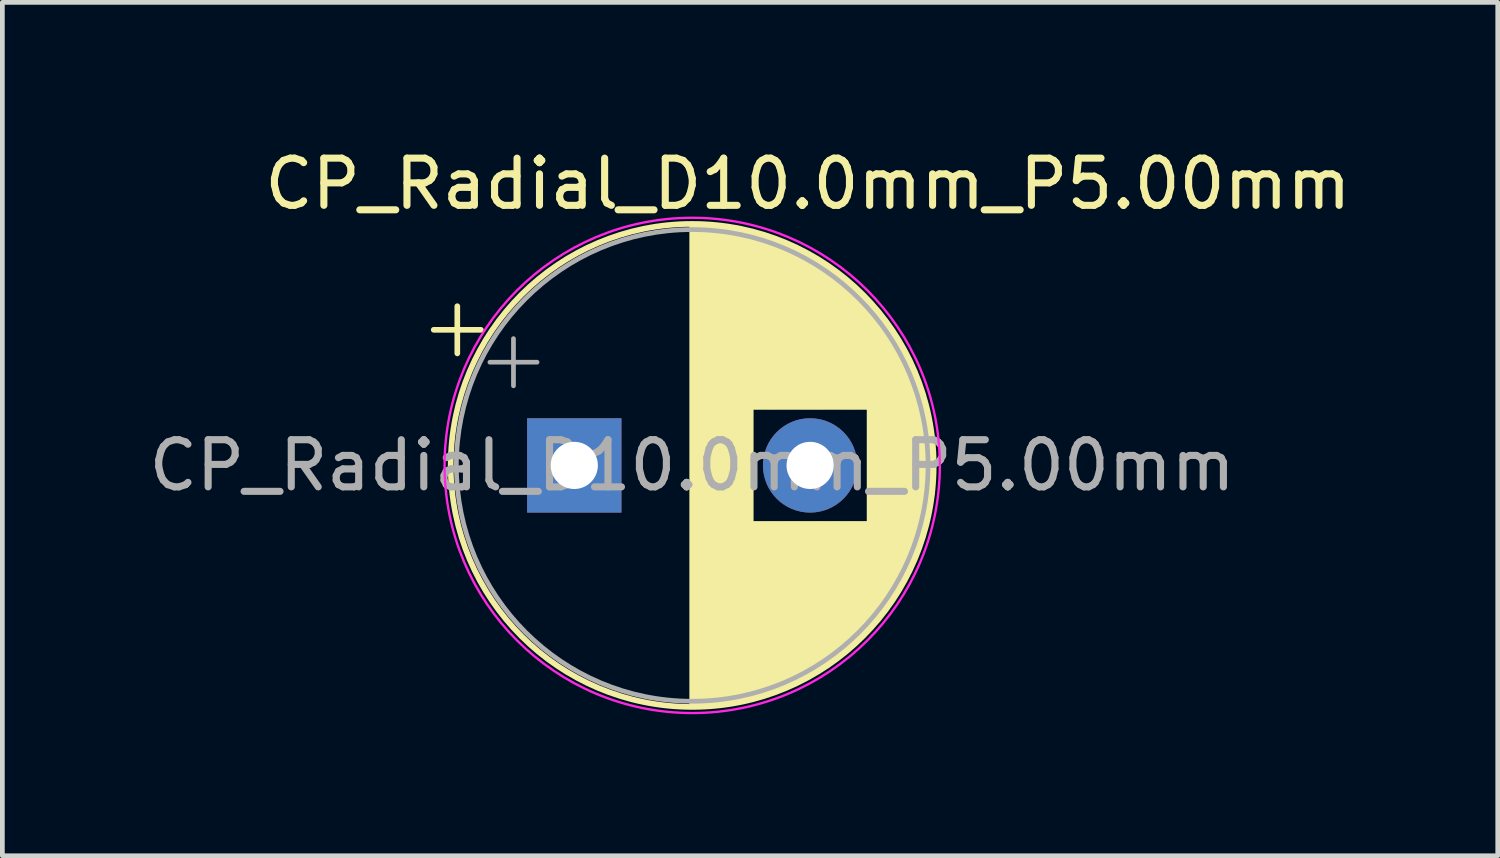
<source format=kicad_pcb>
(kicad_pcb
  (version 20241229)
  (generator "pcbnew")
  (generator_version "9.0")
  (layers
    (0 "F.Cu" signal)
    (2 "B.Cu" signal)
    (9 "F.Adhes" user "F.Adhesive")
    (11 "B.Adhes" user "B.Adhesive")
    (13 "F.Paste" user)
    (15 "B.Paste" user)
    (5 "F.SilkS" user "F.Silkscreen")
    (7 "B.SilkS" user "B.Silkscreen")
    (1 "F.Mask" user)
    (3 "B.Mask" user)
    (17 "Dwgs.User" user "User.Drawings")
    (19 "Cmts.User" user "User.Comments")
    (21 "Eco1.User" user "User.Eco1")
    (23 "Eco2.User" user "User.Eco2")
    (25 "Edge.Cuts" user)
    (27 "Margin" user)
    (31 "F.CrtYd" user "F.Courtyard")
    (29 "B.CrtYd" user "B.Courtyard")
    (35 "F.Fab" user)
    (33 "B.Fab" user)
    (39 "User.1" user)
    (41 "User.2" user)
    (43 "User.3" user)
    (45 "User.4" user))
  (footprint "CP_Radial_D10.0mm_P5.00mm"
    (layer "F.Cu")
    (at 9.125 6.817)
    (property "Reference" "CP_Radial_D10.0mm_P5.00mm" (at 4.953 -5.969 0) (layer "F.SilkS") (effects (font (size 1 1) (thickness 0.15))))
    (attr through_hole)
    (fp_line (start -2.98 -2.875) (end -1.98 -2.875) (stroke (width 0.12) (type solid)) (layer "F.SilkS"))
    (fp_line (start -2.48 -3.375) (end -2.48 -2.375) (stroke (width 0.12) (type solid)) (layer "F.SilkS"))
    (fp_line (start 2.5 -5.08) (end 2.5 5.08) (stroke (width 0.12) (type solid)) (layer "F.SilkS"))
    (fp_line (start 2.54 -5.08) (end 2.54 5.08) (stroke (width 0.12) (type solid)) (layer "F.SilkS"))
    (fp_line (start 2.58 -5.08) (end 2.58 5.08) (stroke (width 0.12) (type solid)) (layer "F.SilkS"))
    (fp_line (start 2.62 -5.079) (end 2.62 5.079) (stroke (width 0.12) (type solid)) (layer "F.SilkS"))
    (fp_line (start 2.66 -5.078) (end 2.66 5.078) (stroke (width 0.12) (type solid)) (layer "F.SilkS"))
    (fp_line (start 2.7 -5.077) (end 2.7 5.077) (stroke (width 0.12) (type solid)) (layer "F.SilkS"))
    (fp_line (start 2.74 -5.075) (end 2.74 5.075) (stroke (width 0.12) (type solid)) (layer "F.SilkS"))
    (fp_line (start 2.78 -5.073) (end 2.78 5.073) (stroke (width 0.12) (type solid)) (layer "F.SilkS"))
    (fp_line (start 2.82 -5.07) (end 2.82 5.07) (stroke (width 0.12) (type solid)) (layer "F.SilkS"))
    (fp_line (start 2.86 -5.068) (end 2.86 5.068) (stroke (width 0.12) (type solid)) (layer "F.SilkS"))
    (fp_line (start 2.9 -5.065) (end 2.9 5.065) (stroke (width 0.12) (type solid)) (layer "F.SilkS"))
    (fp_line (start 2.94 -5.062) (end 2.94 5.062) (stroke (width 0.12) (type solid)) (layer "F.SilkS"))
    (fp_line (start 2.98 -5.058) (end 2.98 5.058) (stroke (width 0.12) (type solid)) (layer "F.SilkS"))
    (fp_line (start 3.02 -5.054) (end 3.02 5.054) (stroke (width 0.12) (type solid)) (layer "F.SilkS"))
    (fp_line (start 3.06 -5.05) (end 3.06 5.05) (stroke (width 0.12) (type solid)) (layer "F.SilkS"))
    (fp_line (start 3.1 -5.045) (end 3.1 5.045) (stroke (width 0.12) (type solid)) (layer "F.SilkS"))
    (fp_line (start 3.14 -5.04) (end 3.14 5.04) (stroke (width 0.12) (type solid)) (layer "F.SilkS"))
    (fp_line (start 3.18 -5.035) (end 3.18 5.035) (stroke (width 0.12) (type solid)) (layer "F.SilkS"))
    (fp_line (start 3.221 -5.03) (end 3.221 5.03) (stroke (width 0.12) (type solid)) (layer "F.SilkS"))
    (fp_line (start 3.261 -5.024) (end 3.261 5.024) (stroke (width 0.12) (type solid)) (layer "F.SilkS"))
    (fp_line (start 3.301 -5.018) (end 3.301 5.018) (stroke (width 0.12) (type solid)) (layer "F.SilkS"))
    (fp_line (start 3.341 -5.011) (end 3.341 5.011) (stroke (width 0.12) (type solid)) (layer "F.SilkS"))
    (fp_line (start 3.381 -5.004) (end 3.381 5.004) (stroke (width 0.12) (type solid)) (layer "F.SilkS"))
    (fp_line (start 3.421 -4.997) (end 3.421 4.997) (stroke (width 0.12) (type solid)) (layer "F.SilkS"))
    (fp_line (start 3.461 -4.99) (end 3.461 4.99) (stroke (width 0.12) (type solid)) (layer "F.SilkS"))
    (fp_line (start 3.501 -4.982) (end 3.501 4.982) (stroke (width 0.12) (type solid)) (layer "F.SilkS"))
    (fp_line (start 3.541 -4.974) (end 3.541 4.974) (stroke (width 0.12) (type solid)) (layer "F.SilkS"))
    (fp_line (start 3.581 -4.965) (end 3.581 4.965) (stroke (width 0.12) (type solid)) (layer "F.SilkS"))
    (fp_line (start 3.621 -4.956) (end 3.621 4.956) (stroke (width 0.12) (type solid)) (layer "F.SilkS"))
    (fp_line (start 3.661 -4.947) (end 3.661 4.947) (stroke (width 0.12) (type solid)) (layer "F.SilkS"))
    (fp_line (start 3.701 -4.938) (end 3.701 4.938) (stroke (width 0.12) (type solid)) (layer "F.SilkS"))
    (fp_line (start 3.741 -4.928) (end 3.741 4.928) (stroke (width 0.12) (type solid)) (layer "F.SilkS"))
    (fp_line (start 3.781 -4.918) (end 3.781 -1.241) (stroke (width 0.12) (type solid)) (layer "F.SilkS"))
    (fp_line (start 3.781 1.241) (end 3.781 4.918) (stroke (width 0.12) (type solid)) (layer "F.SilkS"))
    (fp_line (start 3.821 -4.907) (end 3.821 -1.241) (stroke (width 0.12) (type solid)) (layer "F.SilkS"))
    (fp_line (start 3.821 1.241) (end 3.821 4.907) (stroke (width 0.12) (type solid)) (layer "F.SilkS"))
    (fp_line (start 3.861 -4.897) (end 3.861 -1.241) (stroke (width 0.12) (type solid)) (layer "F.SilkS"))
    (fp_line (start 3.861 1.241) (end 3.861 4.897) (stroke (width 0.12) (type solid)) (layer "F.SilkS"))
    (fp_line (start 3.901 -4.885) (end 3.901 -1.241) (stroke (width 0.12) (type solid)) (layer "F.SilkS"))
    (fp_line (start 3.901 1.241) (end 3.901 4.885) (stroke (width 0.12) (type solid)) (layer "F.SilkS"))
    (fp_line (start 3.941 -4.874) (end 3.941 -1.241) (stroke (width 0.12) (type solid)) (layer "F.SilkS"))
    (fp_line (start 3.941 1.241) (end 3.941 4.874) (stroke (width 0.12) (type solid)) (layer "F.SilkS"))
    (fp_line (start 3.981 -4.862) (end 3.981 -1.241) (stroke (width 0.12) (type solid)) (layer "F.SilkS"))
    (fp_line (start 3.981 1.241) (end 3.981 4.862) (stroke (width 0.12) (type solid)) (layer "F.SilkS"))
    (fp_line (start 4.021 -4.85) (end 4.021 -1.241) (stroke (width 0.12) (type solid)) (layer "F.SilkS"))
    (fp_line (start 4.021 1.241) (end 4.021 4.85) (stroke (width 0.12) (type solid)) (layer "F.SilkS"))
    (fp_line (start 4.061 -4.837) (end 4.061 -1.241) (stroke (width 0.12) (type solid)) (layer "F.SilkS"))
    (fp_line (start 4.061 1.241) (end 4.061 4.837) (stroke (width 0.12) (type solid)) (layer "F.SilkS"))
    (fp_line (start 4.101 -4.824) (end 4.101 -1.241) (stroke (width 0.12) (type solid)) (layer "F.SilkS"))
    (fp_line (start 4.101 1.241) (end 4.101 4.824) (stroke (width 0.12) (type solid)) (layer "F.SilkS"))
    (fp_line (start 4.141 -4.811) (end 4.141 -1.241) (stroke (width 0.12) (type solid)) (layer "F.SilkS"))
    (fp_line (start 4.141 1.241) (end 4.141 4.811) (stroke (width 0.12) (type solid)) (layer "F.SilkS"))
    (fp_line (start 4.181 -4.797) (end 4.181 -1.241) (stroke (width 0.12) (type solid)) (layer "F.SilkS"))
    (fp_line (start 4.181 1.241) (end 4.181 4.797) (stroke (width 0.12) (type solid)) (layer "F.SilkS"))
    (fp_line (start 4.221 -4.783) (end 4.221 -1.241) (stroke (width 0.12) (type solid)) (layer "F.SilkS"))
    (fp_line (start 4.221 1.241) (end 4.221 4.783) (stroke (width 0.12) (type solid)) (layer "F.SilkS"))
    (fp_line (start 4.261 -4.768) (end 4.261 -1.241) (stroke (width 0.12) (type solid)) (layer "F.SilkS"))
    (fp_line (start 4.261 1.241) (end 4.261 4.768) (stroke (width 0.12) (type solid)) (layer "F.SilkS"))
    (fp_line (start 4.301 -4.754) (end 4.301 -1.241) (stroke (width 0.12) (type solid)) (layer "F.SilkS"))
    (fp_line (start 4.301 1.241) (end 4.301 4.754) (stroke (width 0.12) (type solid)) (layer "F.SilkS"))
    (fp_line (start 4.341 -4.738) (end 4.341 -1.241) (stroke (width 0.12) (type solid)) (layer "F.SilkS"))
    (fp_line (start 4.341 1.241) (end 4.341 4.738) (stroke (width 0.12) (type solid)) (layer "F.SilkS"))
    (fp_line (start 4.381 -4.723) (end 4.381 -1.241) (stroke (width 0.12) (type solid)) (layer "F.SilkS"))
    (fp_line (start 4.381 1.241) (end 4.381 4.723) (stroke (width 0.12) (type solid)) (layer "F.SilkS"))
    (fp_line (start 4.421 -4.707) (end 4.421 -1.241) (stroke (width 0.12) (type solid)) (layer "F.SilkS"))
    (fp_line (start 4.421 1.241) (end 4.421 4.707) (stroke (width 0.12) (type solid)) (layer "F.SilkS"))
    (fp_line (start 4.461 -4.69) (end 4.461 -1.241) (stroke (width 0.12) (type solid)) (layer "F.SilkS"))
    (fp_line (start 4.461 1.241) (end 4.461 4.69) (stroke (width 0.12) (type solid)) (layer "F.SilkS"))
    (fp_line (start 4.501 -4.674) (end 4.501 -1.241) (stroke (width 0.12) (type solid)) (layer "F.SilkS"))
    (fp_line (start 4.501 1.241) (end 4.501 4.674) (stroke (width 0.12) (type solid)) (layer "F.SilkS"))
    (fp_line (start 4.541 -4.657) (end 4.541 -1.241) (stroke (width 0.12) (type solid)) (layer "F.SilkS"))
    (fp_line (start 4.541 1.241) (end 4.541 4.657) (stroke (width 0.12) (type solid)) (layer "F.SilkS"))
    (fp_line (start 4.581 -4.639) (end 4.581 -1.241) (stroke (width 0.12) (type solid)) (layer "F.SilkS"))
    (fp_line (start 4.581 1.241) (end 4.581 4.639) (stroke (width 0.12) (type solid)) (layer "F.SilkS"))
    (fp_line (start 4.621 -4.621) (end 4.621 -1.241) (stroke (width 0.12) (type solid)) (layer "F.SilkS"))
    (fp_line (start 4.621 1.241) (end 4.621 4.621) (stroke (width 0.12) (type solid)) (layer "F.SilkS"))
    (fp_line (start 4.661 -4.603) (end 4.661 -1.241) (stroke (width 0.12) (type solid)) (layer "F.SilkS"))
    (fp_line (start 4.661 1.241) (end 4.661 4.603) (stroke (width 0.12) (type solid)) (layer "F.SilkS"))
    (fp_line (start 4.701 -4.584) (end 4.701 -1.241) (stroke (width 0.12) (type solid)) (layer "F.SilkS"))
    (fp_line (start 4.701 1.241) (end 4.701 4.584) (stroke (width 0.12) (type solid)) (layer "F.SilkS"))
    (fp_line (start 4.741 -4.564) (end 4.741 -1.241) (stroke (width 0.12) (type solid)) (layer "F.SilkS"))
    (fp_line (start 4.741 1.241) (end 4.741 4.564) (stroke (width 0.12) (type solid)) (layer "F.SilkS"))
    (fp_line (start 4.781 -4.545) (end 4.781 -1.241) (stroke (width 0.12) (type solid)) (layer "F.SilkS"))
    (fp_line (start 4.781 1.241) (end 4.781 4.545) (stroke (width 0.12) (type solid)) (layer "F.SilkS"))
    (fp_line (start 4.821 -4.525) (end 4.821 -1.241) (stroke (width 0.12) (type solid)) (layer "F.SilkS"))
    (fp_line (start 4.821 1.241) (end 4.821 4.525) (stroke (width 0.12) (type solid)) (layer "F.SilkS"))
    (fp_line (start 4.861 -4.504) (end 4.861 -1.241) (stroke (width 0.12) (type solid)) (layer "F.SilkS"))
    (fp_line (start 4.861 1.241) (end 4.861 4.504) (stroke (width 0.12) (type solid)) (layer "F.SilkS"))
    (fp_line (start 4.901 -4.483) (end 4.901 -1.241) (stroke (width 0.12) (type solid)) (layer "F.SilkS"))
    (fp_line (start 4.901 1.241) (end 4.901 4.483) (stroke (width 0.12) (type solid)) (layer "F.SilkS"))
    (fp_line (start 4.941 -4.462) (end 4.941 -1.241) (stroke (width 0.12) (type solid)) (layer "F.SilkS"))
    (fp_line (start 4.941 1.241) (end 4.941 4.462) (stroke (width 0.12) (type solid)) (layer "F.SilkS"))
    (fp_line (start 4.981 -4.44) (end 4.981 -1.241) (stroke (width 0.12) (type solid)) (layer "F.SilkS"))
    (fp_line (start 4.981 1.241) (end 4.981 4.44) (stroke (width 0.12) (type solid)) (layer "F.SilkS"))
    (fp_line (start 5.021 -4.417) (end 5.021 -1.241) (stroke (width 0.12) (type solid)) (layer "F.SilkS"))
    (fp_line (start 5.021 1.241) (end 5.021 4.417) (stroke (width 0.12) (type solid)) (layer "F.SilkS"))
    (fp_line (start 5.061 -4.395) (end 5.061 -1.241) (stroke (width 0.12) (type solid)) (layer "F.SilkS"))
    (fp_line (start 5.061 1.241) (end 5.061 4.395) (stroke (width 0.12) (type solid)) (layer "F.SilkS"))
    (fp_line (start 5.101 -4.371) (end 5.101 -1.241) (stroke (width 0.12) (type solid)) (layer "F.SilkS"))
    (fp_line (start 5.101 1.241) (end 5.101 4.371) (stroke (width 0.12) (type solid)) (layer "F.SilkS"))
    (fp_line (start 5.141 -4.347) (end 5.141 -1.241) (stroke (width 0.12) (type solid)) (layer "F.SilkS"))
    (fp_line (start 5.141 1.241) (end 5.141 4.347) (stroke (width 0.12) (type solid)) (layer "F.SilkS"))
    (fp_line (start 5.181 -4.323) (end 5.181 -1.241) (stroke (width 0.12) (type solid)) (layer "F.SilkS"))
    (fp_line (start 5.181 1.241) (end 5.181 4.323) (stroke (width 0.12) (type solid)) (layer "F.SilkS"))
    (fp_line (start 5.221 -4.298) (end 5.221 -1.241) (stroke (width 0.12) (type solid)) (layer "F.SilkS"))
    (fp_line (start 5.221 1.241) (end 5.221 4.298) (stroke (width 0.12) (type solid)) (layer "F.SilkS"))
    (fp_line (start 5.261 -4.273) (end 5.261 -1.241) (stroke (width 0.12) (type solid)) (layer "F.SilkS"))
    (fp_line (start 5.261 1.241) (end 5.261 4.273) (stroke (width 0.12) (type solid)) (layer "F.SilkS"))
    (fp_line (start 5.301 -4.247) (end 5.301 -1.241) (stroke (width 0.12) (type solid)) (layer "F.SilkS"))
    (fp_line (start 5.301 1.241) (end 5.301 4.247) (stroke (width 0.12) (type solid)) (layer "F.SilkS"))
    (fp_line (start 5.341 -4.221) (end 5.341 -1.241) (stroke (width 0.12) (type solid)) (layer "F.SilkS"))
    (fp_line (start 5.341 1.241) (end 5.341 4.221) (stroke (width 0.12) (type solid)) (layer "F.SilkS"))
    (fp_line (start 5.381 -4.194) (end 5.381 -1.241) (stroke (width 0.12) (type solid)) (layer "F.SilkS"))
    (fp_line (start 5.381 1.241) (end 5.381 4.194) (stroke (width 0.12) (type solid)) (layer "F.SilkS"))
    (fp_line (start 5.421 -4.166) (end 5.421 -1.241) (stroke (width 0.12) (type solid)) (layer "F.SilkS"))
    (fp_line (start 5.421 1.241) (end 5.421 4.166) (stroke (width 0.12) (type solid)) (layer "F.SilkS"))
    (fp_line (start 5.461 -4.138) (end 5.461 -1.241) (stroke (width 0.12) (type solid)) (layer "F.SilkS"))
    (fp_line (start 5.461 1.241) (end 5.461 4.138) (stroke (width 0.12) (type solid)) (layer "F.SilkS"))
    (fp_line (start 5.501 -4.11) (end 5.501 -1.241) (stroke (width 0.12) (type solid)) (layer "F.SilkS"))
    (fp_line (start 5.501 1.241) (end 5.501 4.11) (stroke (width 0.12) (type solid)) (layer "F.SilkS"))
    (fp_line (start 5.541 -4.08) (end 5.541 -1.241) (stroke (width 0.12) (type solid)) (layer "F.SilkS"))
    (fp_line (start 5.541 1.241) (end 5.541 4.08) (stroke (width 0.12) (type solid)) (layer "F.SilkS"))
    (fp_line (start 5.581 -4.05) (end 5.581 -1.241) (stroke (width 0.12) (type solid)) (layer "F.SilkS"))
    (fp_line (start 5.581 1.241) (end 5.581 4.05) (stroke (width 0.12) (type solid)) (layer "F.SilkS"))
    (fp_line (start 5.621 -4.02) (end 5.621 -1.241) (stroke (width 0.12) (type solid)) (layer "F.SilkS"))
    (fp_line (start 5.621 1.241) (end 5.621 4.02) (stroke (width 0.12) (type solid)) (layer "F.SilkS"))
    (fp_line (start 5.661 -3.989) (end 5.661 -1.241) (stroke (width 0.12) (type solid)) (layer "F.SilkS"))
    (fp_line (start 5.661 1.241) (end 5.661 3.989) (stroke (width 0.12) (type solid)) (layer "F.SilkS"))
    (fp_line (start 5.701 -3.957) (end 5.701 -1.241) (stroke (width 0.12) (type solid)) (layer "F.SilkS"))
    (fp_line (start 5.701 1.241) (end 5.701 3.957) (stroke (width 0.12) (type solid)) (layer "F.SilkS"))
    (fp_line (start 5.741 -3.925) (end 5.741 -1.241) (stroke (width 0.12) (type solid)) (layer "F.SilkS"))
    (fp_line (start 5.741 1.241) (end 5.741 3.925) (stroke (width 0.12) (type solid)) (layer "F.SilkS"))
    (fp_line (start 5.781 -3.892) (end 5.781 -1.241) (stroke (width 0.12) (type solid)) (layer "F.SilkS"))
    (fp_line (start 5.781 1.241) (end 5.781 3.892) (stroke (width 0.12) (type solid)) (layer "F.SilkS"))
    (fp_line (start 5.821 -3.858) (end 5.821 -1.241) (stroke (width 0.12) (type solid)) (layer "F.SilkS"))
    (fp_line (start 5.821 1.241) (end 5.821 3.858) (stroke (width 0.12) (type solid)) (layer "F.SilkS"))
    (fp_line (start 5.861 -3.824) (end 5.861 -1.241) (stroke (width 0.12) (type solid)) (layer "F.SilkS"))
    (fp_line (start 5.861 1.241) (end 5.861 3.824) (stroke (width 0.12) (type solid)) (layer "F.SilkS"))
    (fp_line (start 5.901 -3.789) (end 5.901 -1.241) (stroke (width 0.12) (type solid)) (layer "F.SilkS"))
    (fp_line (start 5.901 1.241) (end 5.901 3.789) (stroke (width 0.12) (type solid)) (layer "F.SilkS"))
    (fp_line (start 5.941 -3.753) (end 5.941 -1.241) (stroke (width 0.12) (type solid)) (layer "F.SilkS"))
    (fp_line (start 5.941 1.241) (end 5.941 3.753) (stroke (width 0.12) (type solid)) (layer "F.SilkS"))
    (fp_line (start 5.981 -3.716) (end 5.981 -1.241) (stroke (width 0.12) (type solid)) (layer "F.SilkS"))
    (fp_line (start 5.981 1.241) (end 5.981 3.716) (stroke (width 0.12) (type solid)) (layer "F.SilkS"))
    (fp_line (start 6.021 -3.679) (end 6.021 -1.241) (stroke (width 0.12) (type solid)) (layer "F.SilkS"))
    (fp_line (start 6.021 1.241) (end 6.021 3.679) (stroke (width 0.12) (type solid)) (layer "F.SilkS"))
    (fp_line (start 6.061 -3.64) (end 6.061 -1.241) (stroke (width 0.12) (type solid)) (layer "F.SilkS"))
    (fp_line (start 6.061 1.241) (end 6.061 3.64) (stroke (width 0.12) (type solid)) (layer "F.SilkS"))
    (fp_line (start 6.101 -3.601) (end 6.101 -1.241) (stroke (width 0.12) (type solid)) (layer "F.SilkS"))
    (fp_line (start 6.101 1.241) (end 6.101 3.601) (stroke (width 0.12) (type solid)) (layer "F.SilkS"))
    (fp_line (start 6.141 -3.561) (end 6.141 -1.241) (stroke (width 0.12) (type solid)) (layer "F.SilkS"))
    (fp_line (start 6.141 1.241) (end 6.141 3.561) (stroke (width 0.12) (type solid)) (layer "F.SilkS"))
    (fp_line (start 6.181 -3.52) (end 6.181 -1.241) (stroke (width 0.12) (type solid)) (layer "F.SilkS"))
    (fp_line (start 6.181 1.241) (end 6.181 3.52) (stroke (width 0.12) (type solid)) (layer "F.SilkS"))
    (fp_line (start 6.221 -3.478) (end 6.221 -1.241) (stroke (width 0.12) (type solid)) (layer "F.SilkS"))
    (fp_line (start 6.221 1.241) (end 6.221 3.478) (stroke (width 0.12) (type solid)) (layer "F.SilkS"))
    (fp_line (start 6.261 -3.436) (end 6.261 3.436) (stroke (width 0.12) (type solid)) (layer "F.SilkS"))
    (fp_line (start 6.301 -3.392) (end 6.301 3.392) (stroke (width 0.12) (type solid)) (layer "F.SilkS"))
    (fp_line (start 6.341 -3.347) (end 6.341 3.347) (stroke (width 0.12) (type solid)) (layer "F.SilkS"))
    (fp_line (start 6.381 -3.301) (end 6.381 3.301) (stroke (width 0.12) (type solid)) (layer "F.SilkS"))
    (fp_line (start 6.421 -3.254) (end 6.421 3.254) (stroke (width 0.12) (type solid)) (layer "F.SilkS"))
    (fp_line (start 6.461 -3.206) (end 6.461 3.206) (stroke (width 0.12) (type solid)) (layer "F.SilkS"))
    (fp_line (start 6.501 -3.156) (end 6.501 3.156) (stroke (width 0.12) (type solid)) (layer "F.SilkS"))
    (fp_line (start 6.541 -3.106) (end 6.541 3.106) (stroke (width 0.12) (type solid)) (layer "F.SilkS"))
    (fp_line (start 6.581 -3.054) (end 6.581 3.054) (stroke (width 0.12) (type solid)) (layer "F.SilkS"))
    (fp_line (start 6.621 -3) (end 6.621 3) (stroke (width 0.12) (type solid)) (layer "F.SilkS"))
    (fp_line (start 6.661 -2.945) (end 6.661 2.945) (stroke (width 0.12) (type solid)) (layer "F.SilkS"))
    (fp_line (start 6.701 -2.889) (end 6.701 2.889) (stroke (width 0.12) (type solid)) (layer "F.SilkS"))
    (fp_line (start 6.741 -2.83) (end 6.741 2.83) (stroke (width 0.12) (type solid)) (layer "F.SilkS"))
    (fp_line (start 6.781 -2.77) (end 6.781 2.77) (stroke (width 0.12) (type solid)) (layer "F.SilkS"))
    (fp_line (start 6.821 -2.709) (end 6.821 2.709) (stroke (width 0.12) (type solid)) (layer "F.SilkS"))
    (fp_line (start 6.861 -2.645) (end 6.861 2.645) (stroke (width 0.12) (type solid)) (layer "F.SilkS"))
    (fp_line (start 6.901 -2.579) (end 6.901 2.579) (stroke (width 0.12) (type solid)) (layer "F.SilkS"))
    (fp_line (start 6.941 -2.51) (end 6.941 2.51) (stroke (width 0.12) (type solid)) (layer "F.SilkS"))
    (fp_line (start 6.981 -2.439) (end 6.981 2.439) (stroke (width 0.12) (type solid)) (layer "F.SilkS"))
    (fp_line (start 7.021 -2.365) (end 7.021 2.365) (stroke (width 0.12) (type solid)) (layer "F.SilkS"))
    (fp_line (start 7.061 -2.289) (end 7.061 2.289) (stroke (width 0.12) (type solid)) (layer "F.SilkS"))
    (fp_line (start 7.101 -2.209) (end 7.101 2.209) (stroke (width 0.12) (type solid)) (layer "F.SilkS"))
    (fp_line (start 7.141 -2.125) (end 7.141 2.125) (stroke (width 0.12) (type solid)) (layer "F.SilkS"))
    (fp_line (start 7.181 -2.037) (end 7.181 2.037) (stroke (width 0.12) (type solid)) (layer "F.SilkS"))
    (fp_line (start 7.221 -1.944) (end 7.221 1.944) (stroke (width 0.12) (type solid)) (layer "F.SilkS"))
    (fp_line (start 7.261 -1.846) (end 7.261 1.846) (stroke (width 0.12) (type solid)) (layer "F.SilkS"))
    (fp_line (start 7.301 -1.742) (end 7.301 1.742) (stroke (width 0.12) (type solid)) (layer "F.SilkS"))
    (fp_line (start 7.341 -1.63) (end 7.341 1.63) (stroke (width 0.12) (type solid)) (layer "F.SilkS"))
    (fp_line (start 7.381 -1.51) (end 7.381 1.51) (stroke (width 0.12) (type solid)) (layer "F.SilkS"))
    (fp_line (start 7.421 -1.378) (end 7.421 1.378) (stroke (width 0.12) (type solid)) (layer "F.SilkS"))
    (fp_line (start 7.461 -1.23) (end 7.461 1.23) (stroke (width 0.12) (type solid)) (layer "F.SilkS"))
    (fp_line (start 7.501 -1.062) (end 7.501 1.062) (stroke (width 0.12) (type solid)) (layer "F.SilkS"))
    (fp_line (start 7.541 -0.862) (end 7.541 0.862) (stroke (width 0.12) (type solid)) (layer "F.SilkS"))
    (fp_line (start 7.581 -0.599) (end 7.581 0.599) (stroke (width 0.12) (type solid)) (layer "F.SilkS"))
    (fp_circle (center 2.5 0) (end 7.62 0) (stroke (width 0.12) (type solid)) (fill no) (layer "F.SilkS"))
    (fp_circle (center 2.5 0) (end 7.75 0) (stroke (width 0.05) (type solid)) (fill no) (layer "F.CrtYd"))
    (fp_line (start -1.789 -2.188) (end -0.789 -2.188) (stroke (width 0.1) (type solid)) (layer "F.Fab"))
    (fp_line (start -1.289 -2.688) (end -1.289 -1.688) (stroke (width 0.1) (type solid)) (layer "F.Fab"))
    (fp_circle (center 2.5 0) (end 7.5 0) (stroke (width 0.1) (type solid)) (fill no) (layer "F.Fab"))
    (fp_text user "${REFERENCE}" (at 2.5 0 0) (layer "F.Fab") (effects (font (size 1 1) (thickness 0.15))))
    (pad "1" thru_hole rect (at 0 0) (size 2 2) (drill 1) (layers "*.Cu" "*.Mask"))
    (pad "2" thru_hole circle (at 5 0) (size 2 2) (drill 1) (layers "*.Cu" "*.Mask")))
  (gr_rect
    (start -3 -3)
    (end 28.703 15.092)
    (stroke (width 0.1) (type default))
    (fill no)
    (layer "Edge.Cuts")))
</source>
